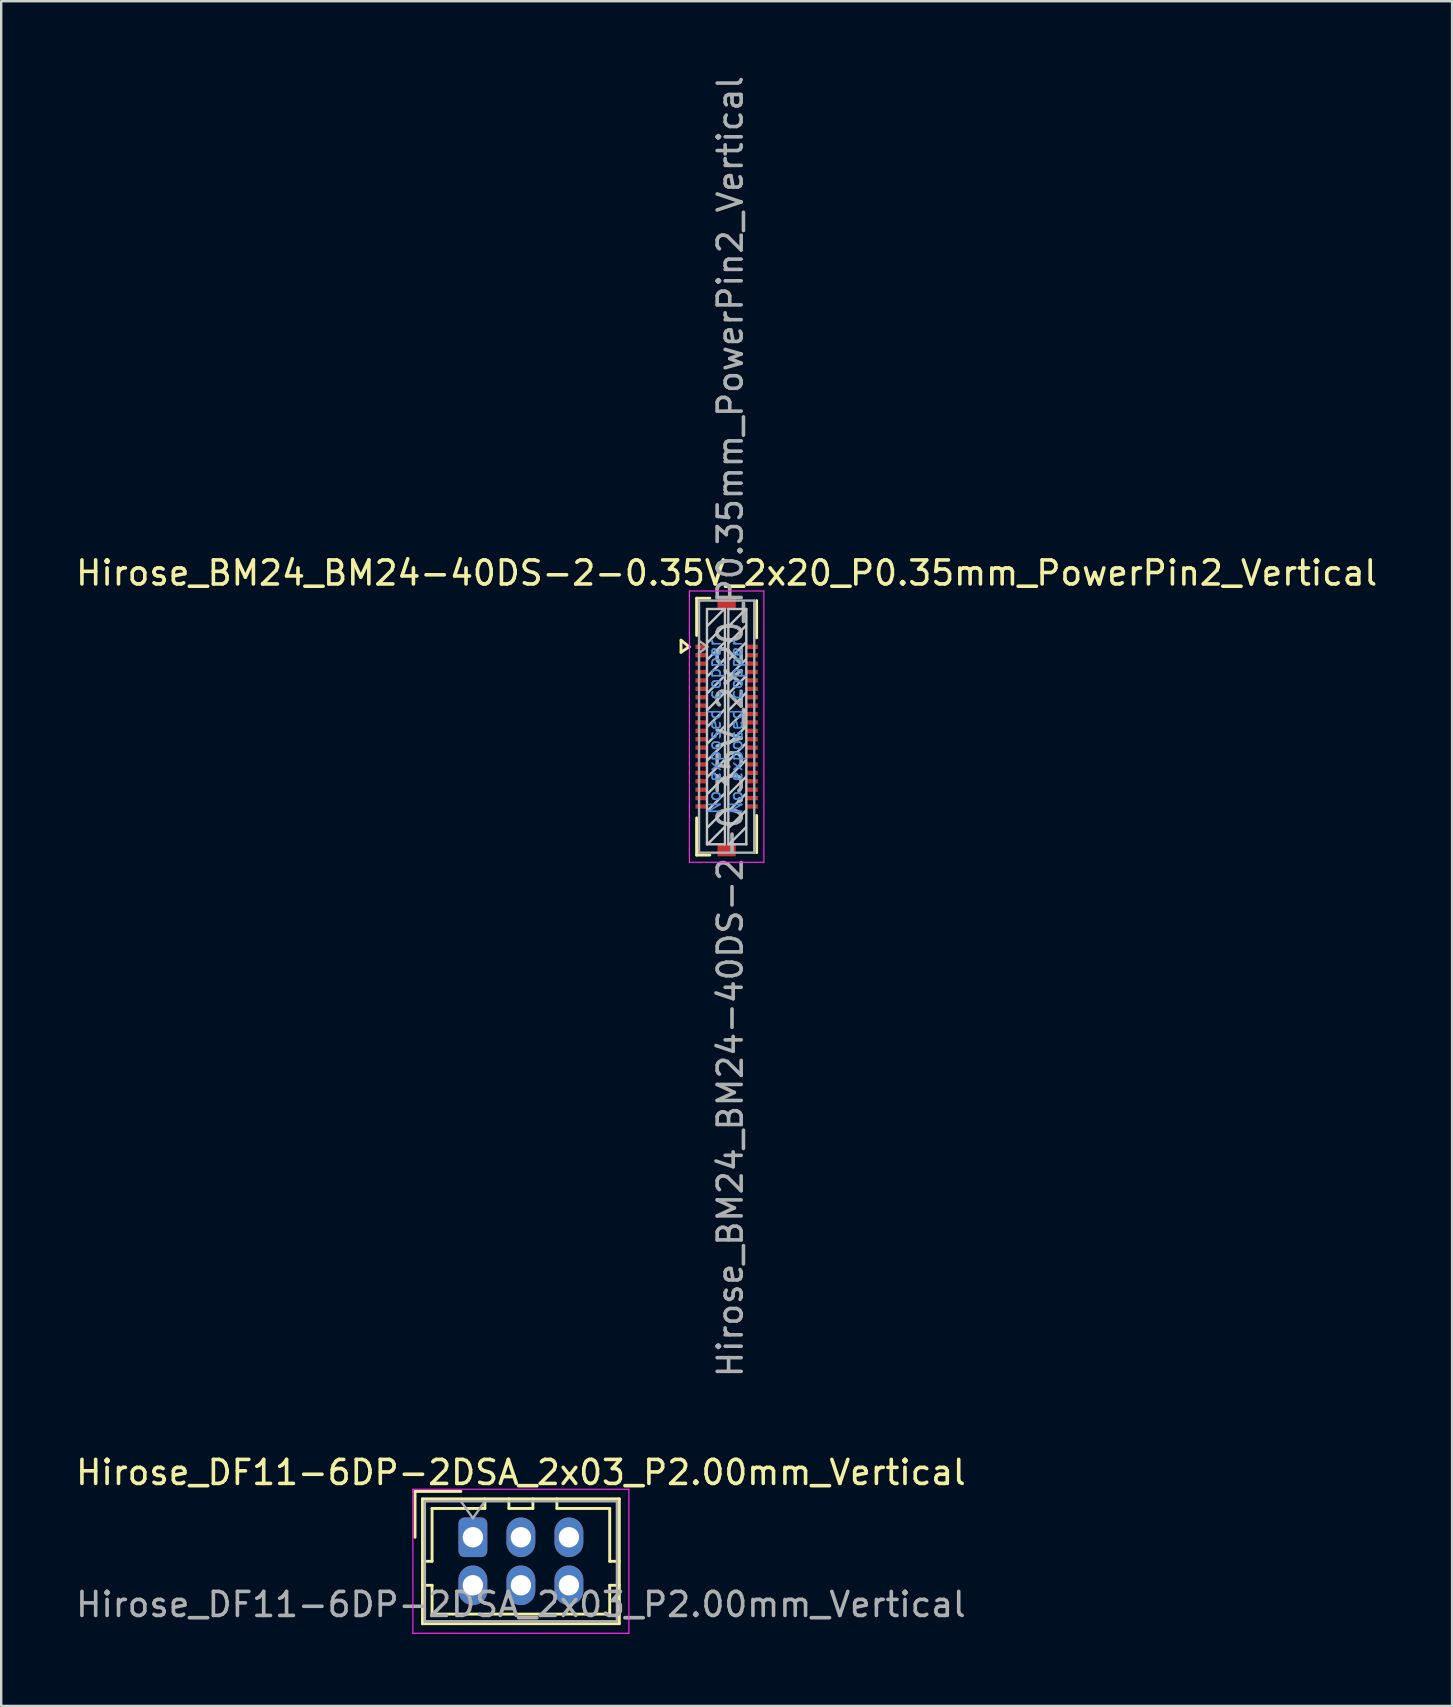
<source format=kicad_pcb>
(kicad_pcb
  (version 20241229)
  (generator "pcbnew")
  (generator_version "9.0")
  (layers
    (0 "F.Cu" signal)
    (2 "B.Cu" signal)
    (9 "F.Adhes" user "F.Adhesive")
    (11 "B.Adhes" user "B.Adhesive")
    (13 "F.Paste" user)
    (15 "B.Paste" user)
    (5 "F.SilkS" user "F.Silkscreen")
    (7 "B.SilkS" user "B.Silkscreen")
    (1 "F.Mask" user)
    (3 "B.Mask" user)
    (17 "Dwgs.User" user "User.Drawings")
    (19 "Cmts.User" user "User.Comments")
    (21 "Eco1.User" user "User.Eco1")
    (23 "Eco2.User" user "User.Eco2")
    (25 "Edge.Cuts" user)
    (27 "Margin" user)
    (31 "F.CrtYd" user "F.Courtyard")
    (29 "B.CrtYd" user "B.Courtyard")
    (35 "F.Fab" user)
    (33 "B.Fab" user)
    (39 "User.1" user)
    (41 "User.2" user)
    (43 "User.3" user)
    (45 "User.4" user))
  (footprint "Hirose_DF11-6DP-2DSA_2x03_P2.00mm_Vertical"
    (layer "F.Cu")
    (at 16.649 60.989)
    (property "Reference" "Hirose_DF11-6DP-2DSA_2x03_P2.00mm_Vertical" (at 2 -2.7 0) (layer "F.SilkS") (effects (font (size 1 1) (thickness 0.15))))
    (attr through_hole)
    (fp_line (start -2.41 -1.91) (end -0.5 -1.91) (stroke (width 0.12) (type solid)) (layer "F.SilkS"))
    (fp_line (start -2.41 0) (end -2.41 -1.91) (stroke (width 0.12) (type solid)) (layer "F.SilkS"))
    (fp_line (start -2.1 -1.6) (end -2.1 3.6) (stroke (width 0.12) (type solid)) (layer "F.SilkS"))
    (fp_line (start -2.1 1) (end -1.7 1) (stroke (width 0.12) (type solid)) (layer "F.SilkS"))
    (fp_line (start -2.1 2) (end -1.7 2) (stroke (width 0.12) (type solid)) (layer "F.SilkS"))
    (fp_line (start -2.1 3.6) (end 6.1 3.6) (stroke (width 0.12) (type solid)) (layer "F.SilkS"))
    (fp_line (start -1.7 -1.2) (end 0.5 -1.2) (stroke (width 0.12) (type solid)) (layer "F.SilkS"))
    (fp_line (start -1.7 1) (end -1.7 -1.2) (stroke (width 0.12) (type solid)) (layer "F.SilkS"))
    (fp_line (start -1.7 2) (end -1.7 3.2) (stroke (width 0.12) (type solid)) (layer "F.SilkS"))
    (fp_line (start -1.7 3.2) (end 5.7 3.2) (stroke (width 0.12) (type solid)) (layer "F.SilkS"))
    (fp_line (start 0.5 -1.2) (end 0.5 -1.6) (stroke (width 0.12) (type solid)) (layer "F.SilkS"))
    (fp_line (start 1.5 -1.6) (end 1.5 -1.2) (stroke (width 0.12) (type solid)) (layer "F.SilkS"))
    (fp_line (start 1.5 -1.2) (end 2.5 -1.2) (stroke (width 0.12) (type solid)) (layer "F.SilkS"))
    (fp_line (start 2.5 -1.2) (end 2.5 -1.6) (stroke (width 0.12) (type solid)) (layer "F.SilkS"))
    (fp_line (start 3.5 -1.2) (end 3.5 -1.6) (stroke (width 0.12) (type solid)) (layer "F.SilkS"))
    (fp_line (start 5.7 -1.2) (end 3.5 -1.2) (stroke (width 0.12) (type solid)) (layer "F.SilkS"))
    (fp_line (start 5.7 1) (end 5.7 -1.2) (stroke (width 0.12) (type solid)) (layer "F.SilkS"))
    (fp_line (start 5.7 2) (end 6.1 2) (stroke (width 0.12) (type solid)) (layer "F.SilkS"))
    (fp_line (start 5.7 3.2) (end 5.7 2) (stroke (width 0.12) (type solid)) (layer "F.SilkS"))
    (fp_line (start 6.1 -1.6) (end -2.1 -1.6) (stroke (width 0.12) (type solid)) (layer "F.SilkS"))
    (fp_line (start 6.1 1) (end 5.7 1) (stroke (width 0.12) (type solid)) (layer "F.SilkS"))
    (fp_line (start 6.1 3.6) (end 6.1 -1.6) (stroke (width 0.12) (type solid)) (layer "F.SilkS"))
    (fp_line (start -2.5 -2) (end -2.5 4) (stroke (width 0.05) (type solid)) (layer "F.CrtYd"))
    (fp_line (start -2.5 4) (end 6.5 4) (stroke (width 0.05) (type solid)) (layer "F.CrtYd"))
    (fp_line (start 6.5 -2) (end -2.5 -2) (stroke (width 0.05) (type solid)) (layer "F.CrtYd"))
    (fp_line (start 6.5 4) (end 6.5 -2) (stroke (width 0.05) (type solid)) (layer "F.CrtYd"))
    (fp_line (start -2 -1.5) (end -2 3.5) (stroke (width 0.1) (type solid)) (layer "F.Fab"))
    (fp_line (start -2 3.5) (end 6 3.5) (stroke (width 0.1) (type solid)) (layer "F.Fab"))
    (fp_line (start -0.5 -1.5) (end 0 -0.793) (stroke (width 0.1) (type solid)) (layer "F.Fab"))
    (fp_line (start 0 -0.793) (end 0.5 -1.5) (stroke (width 0.1) (type solid)) (layer "F.Fab"))
    (fp_line (start 6 -1.5) (end -2 -1.5) (stroke (width 0.1) (type solid)) (layer "F.Fab"))
    (fp_line (start 6 3.5) (end 6 -1.5) (stroke (width 0.1) (type solid)) (layer "F.Fab"))
    (fp_text user "${REFERENCE}" (at 2 2.8 0) (layer "F.Fab") (effects (font (size 1 1) (thickness 0.15))))
    (pad "1" thru_hole roundrect (at 0 0) (size 1.2 1.65) (drill 0.85) (layers "*.Cu" "*.Mask") (roundrect_rratio 0.208))
    (pad "2" thru_hole oval (at 0 2) (size 1.2 1.65) (drill 0.85) (layers "*.Cu" "*.Mask"))
    (pad "3" thru_hole oval (at 2 0) (size 1.2 1.65) (drill 0.85) (layers "*.Cu" "*.Mask"))
    (pad "4" thru_hole oval (at 2 2) (size 1.2 1.65) (drill 0.85) (layers "*.Cu" "*.Mask"))
    (pad "5" thru_hole oval (at 4 0) (size 1.2 1.65) (drill 0.85) (layers "*.Cu" "*.Mask"))
    (pad "6" thru_hole oval (at 4 2) (size 1.2 1.65) (drill 0.85) (layers "*.Cu" "*.Mask")))
  (footprint "Hirose_BM24_BM24-40DS-2-0.35V_2x20_P0.35mm_PowerPin2_Vertical"
    (layer "F.Cu")
    (at 27.22 27.22)
    (property "Reference" "Hirose_BM24_BM24-40DS-2-0.35V_2x20_P0.35mm_PowerPin2_Vertical" (at 0 -6.4 0) (layer "F.SilkS") (effects (font (size 1 1) (thickness 0.15))))
    (attr smd)
    (fp_line (start -1.9 -3.6) (end -1.56 -3.325) (stroke (width 0.12) (type solid)) (layer "F.SilkS"))
    (fp_line (start -1.9 -3.1) (end -1.9 -3.6) (stroke (width 0.12) (type solid)) (layer "F.SilkS"))
    (fp_line (start -1.56 -3.325) (end -1.9 -3.1) (stroke (width 0.12) (type solid)) (layer "F.SilkS"))
    (fp_line (start -1.25 -5.35) (end -1.25 -3.8) (stroke (width 0.12) (type solid)) (layer "F.SilkS"))
    (fp_line (start -1.25 -5.35) (end -0.7 -5.35) (stroke (width 0.12) (type solid)) (layer "F.SilkS"))
    (fp_line (start -1.25 5.35) (end -1.25 3.8) (stroke (width 0.12) (type solid)) (layer "F.SilkS"))
    (fp_line (start -1.25 5.35) (end -0.7 5.35) (stroke (width 0.12) (type solid)) (layer "F.SilkS"))
    (fp_line (start 1.25 -5.25) (end 1.25 -3.7) (stroke (width 0.12) (type solid)) (layer "F.SilkS"))
    (fp_line (start 1.25 3.7) (end 1.25 5.25) (stroke (width 0.12) (type solid)) (layer "F.SilkS"))
    (fp_line (start -0.82 -4.9) (end -0.82 4.9) (stroke (width 0.1) (type solid)) (layer "Dwgs.User"))
    (fp_line (start -0.82 4.9) (end -0.07 4.9) (stroke (width 0.1) (type solid)) (layer "Dwgs.User"))
    (fp_line (start -0.8 -3.5) (end -0.1 -4.2) (stroke (width 0.1) (type solid)) (layer "Dwgs.User"))
    (fp_line (start -0.8 -2.8) (end -0.1 -3.5) (stroke (width 0.1) (type solid)) (layer "Dwgs.User"))
    (fp_line (start -0.8 -2.1) (end -0.1 -2.8) (stroke (width 0.1) (type solid)) (layer "Dwgs.User"))
    (fp_line (start -0.8 -1.4) (end -0.1 -2.1) (stroke (width 0.1) (type solid)) (layer "Dwgs.User"))
    (fp_line (start -0.8 -0.7) (end -0.1 -1.4) (stroke (width 0.1) (type solid)) (layer "Dwgs.User"))
    (fp_line (start -0.8 0) (end -0.1 -0.7) (stroke (width 0.1) (type solid)) (layer "Dwgs.User"))
    (fp_line (start -0.8 0.7) (end -0.1 0) (stroke (width 0.1) (type solid)) (layer "Dwgs.User"))
    (fp_line (start -0.8 1.4) (end -0.1 0.7) (stroke (width 0.1) (type solid)) (layer "Dwgs.User"))
    (fp_line (start -0.8 2.1) (end -0.1 1.4) (stroke (width 0.1) (type solid)) (layer "Dwgs.User"))
    (fp_line (start -0.8 2.8) (end -0.1 2.1) (stroke (width 0.1) (type solid)) (layer "Dwgs.User"))
    (fp_line (start -0.8 3.5) (end -0.1 2.8) (stroke (width 0.1) (type solid)) (layer "Dwgs.User"))
    (fp_line (start -0.8 4.2) (end -0.1 3.5) (stroke (width 0.1) (type solid)) (layer "Dwgs.User"))
    (fp_line (start -0.8 4.9) (end -0.1 4.2) (stroke (width 0.1) (type solid)) (layer "Dwgs.User"))
    (fp_line (start -0.1 -4.9) (end -0.8 -4.2) (stroke (width 0.1) (type solid)) (layer "Dwgs.User"))
    (fp_line (start -0.07 -4.9) (end -0.82 -4.9) (stroke (width 0.1) (type solid)) (layer "Dwgs.User"))
    (fp_line (start -0.07 4.9) (end -0.07 -4.9) (stroke (width 0.1) (type solid)) (layer "Dwgs.User"))
    (fp_line (start 0.07 -4.9) (end 0.07 4.9) (stroke (width 0.1) (type solid)) (layer "Dwgs.User"))
    (fp_line (start 0.07 4.9) (end 0.82 4.9) (stroke (width 0.1) (type solid)) (layer "Dwgs.User"))
    (fp_line (start 0.1 -4.2) (end 0.8 -4.9) (stroke (width 0.1) (type solid)) (layer "Dwgs.User"))
    (fp_line (start 0.1 -3.5) (end 0.8 -4.2) (stroke (width 0.1) (type solid)) (layer "Dwgs.User"))
    (fp_line (start 0.1 -2.8) (end 0.8 -3.5) (stroke (width 0.1) (type solid)) (layer "Dwgs.User"))
    (fp_line (start 0.1 -2.1) (end 0.8 -2.8) (stroke (width 0.1) (type solid)) (layer "Dwgs.User"))
    (fp_line (start 0.1 -1.4) (end 0.8 -2.1) (stroke (width 0.1) (type solid)) (layer "Dwgs.User"))
    (fp_line (start 0.1 -0.7) (end 0.8 -1.4) (stroke (width 0.1) (type solid)) (layer "Dwgs.User"))
    (fp_line (start 0.1 0) (end 0.8 -0.7) (stroke (width 0.1) (type solid)) (layer "Dwgs.User"))
    (fp_line (start 0.1 0.7) (end 0.8 0) (stroke (width 0.1) (type solid)) (layer "Dwgs.User"))
    (fp_line (start 0.1 1.4) (end 0.8 0.7) (stroke (width 0.1) (type solid)) (layer "Dwgs.User"))
    (fp_line (start 0.1 2.1) (end 0.8 1.4) (stroke (width 0.1) (type solid)) (layer "Dwgs.User"))
    (fp_line (start 0.1 2.8) (end 0.8 2.1) (stroke (width 0.1) (type solid)) (layer "Dwgs.User"))
    (fp_line (start 0.1 3.5) (end 0.8 2.8) (stroke (width 0.1) (type solid)) (layer "Dwgs.User"))
    (fp_line (start 0.1 4.2) (end 0.8 3.5) (stroke (width 0.1) (type solid)) (layer "Dwgs.User"))
    (fp_line (start 0.1 4.9) (end 0.8 4.2) (stroke (width 0.1) (type solid)) (layer "Dwgs.User"))
    (fp_line (start 0.82 -4.9) (end 0.07 -4.9) (stroke (width 0.1) (type solid)) (layer "Dwgs.User"))
    (fp_line (start 0.82 4.9) (end 0.82 -4.9) (stroke (width 0.1) (type solid)) (layer "Dwgs.User"))
    (fp_line (start -1.55 -5.65) (end 1.55 -5.65) (stroke (width 0.05) (type solid)) (layer "F.CrtYd"))
    (fp_line (start -1.55 5.65) (end -1.55 -5.65) (stroke (width 0.05) (type solid)) (layer "F.CrtYd"))
    (fp_line (start 1.55 -5.65) (end 1.55 5.65) (stroke (width 0.05) (type solid)) (layer "F.CrtYd"))
    (fp_line (start 1.55 5.65) (end -1.55 5.65) (stroke (width 0.05) (type solid)) (layer "F.CrtYd"))
    (fp_line (start -1.15 -5.25) (end -1.15 5.25) (stroke (width 0.1) (type solid)) (layer "F.Fab"))
    (fp_line (start -1.15 -5.25) (end 1.15 -5.25) (stroke (width 0.1) (type solid)) (layer "F.Fab"))
    (fp_line (start -1.15 -3.575) (end -0.8 -3.325) (stroke (width 0.1) (type solid)) (layer "F.Fab"))
    (fp_line (start -1.15 5.25) (end 1.15 5.25) (stroke (width 0.1) (type solid)) (layer "F.Fab"))
    (fp_line (start -0.8 -3.325) (end -1.15 -3.075) (stroke (width 0.1) (type solid)) (layer "F.Fab"))
    (fp_line (start 1.15 -5.25) (end 1.15 5.25) (stroke (width 0.1) (type solid)) (layer "F.Fab"))
    (fp_text user "No exposed copper" (at 0.4 0 90) (layer "Cmts.User") (effects (font (size 0.5 0.5) (thickness 0.07))))
    (fp_text user "No exposed copper" (at -0.5 0 90) (layer "Cmts.User") (effects (font (size 0.5 0.5) (thickness 0.07))))
    (fp_text user "${REFERENCE}" (at 0.15 0 90) (layer "F.Fab") (effects (font (size 1 1) (thickness 0.15))))
    (pad "1" smd rect (at -1.06 -3.325 90) (size 0.18 0.48) (layers "F.Cu" "F.Mask" "F.Paste"))
    (pad "2" smd rect (at 1.06 -3.325 90) (size 0.18 0.48) (layers "F.Cu" "F.Mask" "F.Paste"))
    (pad "3" smd rect (at -1.06 -2.975 90) (size 0.18 0.48) (layers "F.Cu" "F.Mask" "F.Paste"))
    (pad "4" smd rect (at 1.06 -2.975 90) (size 0.18 0.48) (layers "F.Cu" "F.Mask" "F.Paste"))
    (pad "5" smd rect (at -1.06 -2.625 90) (size 0.18 0.48) (layers "F.Cu" "F.Mask" "F.Paste"))
    (pad "6" smd rect (at 1.06 -2.625 90) (size 0.18 0.48) (layers "F.Cu" "F.Mask" "F.Paste"))
    (pad "7" smd rect (at -1.06 -2.275 90) (size 0.18 0.48) (layers "F.Cu" "F.Mask" "F.Paste"))
    (pad "8" smd rect (at 1.06 -2.275 90) (size 0.18 0.48) (layers "F.Cu" "F.Mask" "F.Paste"))
    (pad "9" smd rect (at -1.06 -1.925 90) (size 0.18 0.48) (layers "F.Cu" "F.Mask" "F.Paste"))
    (pad "10" smd rect (at 1.06 -1.925 90) (size 0.18 0.48) (layers "F.Cu" "F.Mask" "F.Paste"))
    (pad "11" smd rect (at -1.06 -1.575 90) (size 0.18 0.48) (layers "F.Cu" "F.Mask" "F.Paste"))
    (pad "12" smd rect (at 1.06 -1.575 90) (size 0.18 0.48) (layers "F.Cu" "F.Mask" "F.Paste"))
    (pad "13" smd rect (at -1.06 -1.225 90) (size 0.18 0.48) (layers "F.Cu" "F.Mask" "F.Paste"))
    (pad "14" smd rect (at 1.06 -1.225 90) (size 0.18 0.48) (layers "F.Cu" "F.Mask" "F.Paste"))
    (pad "15" smd rect (at -1.06 -0.875 90) (size 0.18 0.48) (layers "F.Cu" "F.Mask" "F.Paste"))
    (pad "16" smd rect (at 1.06 -0.875 90) (size 0.18 0.48) (layers "F.Cu" "F.Mask" "F.Paste"))
    (pad "17" smd rect (at -1.06 -0.525 90) (size 0.18 0.48) (layers "F.Cu" "F.Mask" "F.Paste"))
    (pad "18" smd rect (at 1.06 -0.525 90) (size 0.18 0.48) (layers "F.Cu" "F.Mask" "F.Paste"))
    (pad "19" smd rect (at -1.06 -0.175 90) (size 0.18 0.48) (layers "F.Cu" "F.Mask" "F.Paste"))
    (pad "20" smd rect (at 1.06 -0.175 90) (size 0.18 0.48) (layers "F.Cu" "F.Mask" "F.Paste"))
    (pad "21" smd rect (at -1.06 0.175 90) (size 0.18 0.48) (layers "F.Cu" "F.Mask" "F.Paste"))
    (pad "22" smd rect (at 1.06 0.175 90) (size 0.18 0.48) (layers "F.Cu" "F.Mask" "F.Paste"))
    (pad "23" smd rect (at -1.06 0.525 90) (size 0.18 0.48) (layers "F.Cu" "F.Mask" "F.Paste"))
    (pad "24" smd rect (at 1.06 0.525 90) (size 0.18 0.48) (layers "F.Cu" "F.Mask" "F.Paste"))
    (pad "25" smd rect (at -1.06 0.875 90) (size 0.18 0.48) (layers "F.Cu" "F.Mask" "F.Paste"))
    (pad "26" smd rect (at 1.06 0.875 90) (size 0.18 0.48) (layers "F.Cu" "F.Mask" "F.Paste"))
    (pad "27" smd rect (at -1.06 1.225 90) (size 0.18 0.48) (layers "F.Cu" "F.Mask" "F.Paste"))
    (pad "28" smd rect (at 1.06 1.225 90) (size 0.18 0.48) (layers "F.Cu" "F.Mask" "F.Paste"))
    (pad "29" smd rect (at -1.06 1.575 90) (size 0.18 0.48) (layers "F.Cu" "F.Mask" "F.Paste"))
    (pad "30" smd rect (at 1.06 1.575 90) (size 0.18 0.48) (layers "F.Cu" "F.Mask" "F.Paste"))
    (pad "31" smd rect (at -1.06 1.925 90) (size 0.18 0.48) (layers "F.Cu" "F.Mask" "F.Paste"))
    (pad "32" smd rect (at 1.06 1.925 90) (size 0.18 0.48) (layers "F.Cu" "F.Mask" "F.Paste"))
    (pad "33" smd rect (at -1.06 2.275 90) (size 0.18 0.48) (layers "F.Cu" "F.Mask" "F.Paste"))
    (pad "34" smd rect (at 1.06 2.275 90) (size 0.18 0.48) (layers "F.Cu" "F.Mask" "F.Paste"))
    (pad "35" smd rect (at -1.06 2.625 90) (size 0.18 0.48) (layers "F.Cu" "F.Mask" "F.Paste"))
    (pad "36" smd rect (at 1.06 2.625 90) (size 0.18 0.48) (layers "F.Cu" "F.Mask" "F.Paste"))
    (pad "37" smd rect (at -1.06 2.975 90) (size 0.18 0.48) (layers "F.Cu" "F.Mask" "F.Paste"))
    (pad "38" smd rect (at 1.06 2.975 90) (size 0.18 0.48) (layers "F.Cu" "F.Mask" "F.Paste"))
    (pad "39" smd rect (at -1.06 3.325 90) (size 0.18 0.48) (layers "F.Cu" "F.Mask" "F.Paste"))
    (pad "40" smd rect (at 1.06 3.325 90) (size 0.18 0.48) (layers "F.Cu" "F.Mask" "F.Paste"))
    (pad "41" smd rect (at 0 -5.155 90) (size 0.49 0.76) (layers "F.Cu" "F.Mask" "F.Paste"))
    (pad "42" smd rect (at 0 5.155 90) (size 0.49 0.76) (layers "F.Cu" "F.Mask" "F.Paste")))
  (gr_rect
    (start -3 -3)
    (end 57.44 68.014)
    (stroke (width 0.1) (type default))
    (fill no)
    (layer "Edge.Cuts")))
</source>
